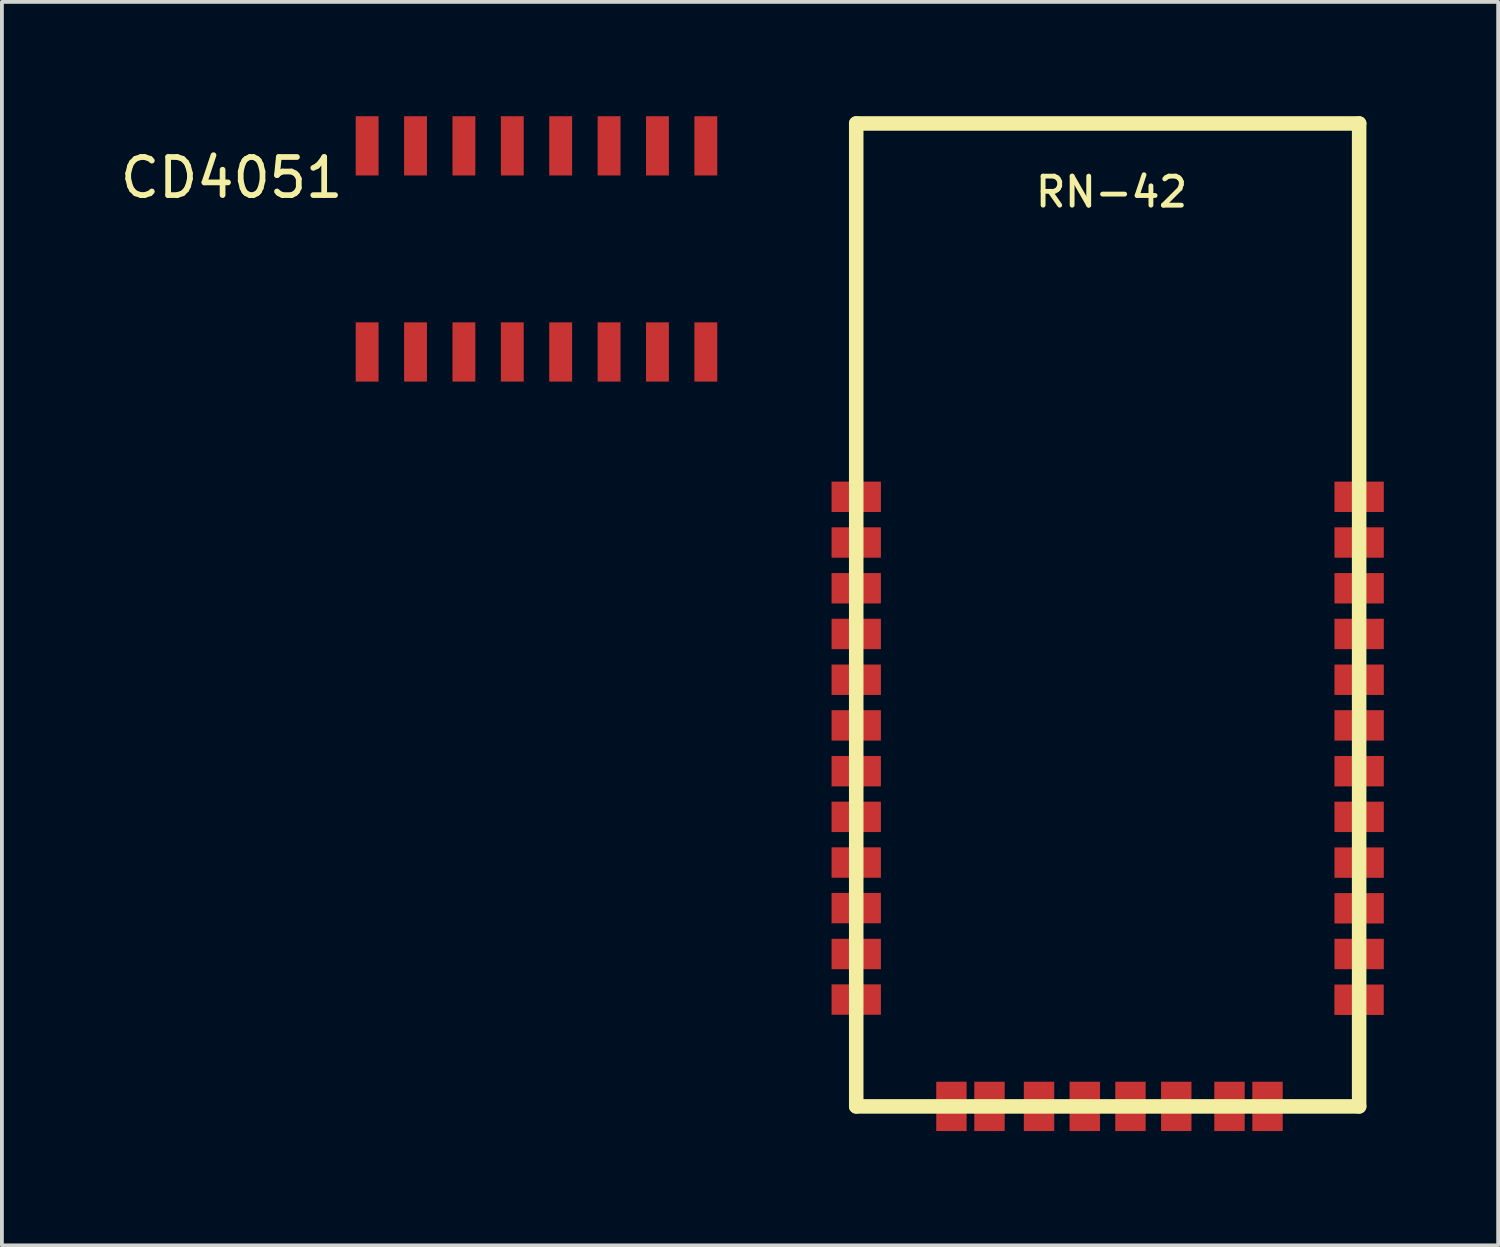
<source format=kicad_pcb>
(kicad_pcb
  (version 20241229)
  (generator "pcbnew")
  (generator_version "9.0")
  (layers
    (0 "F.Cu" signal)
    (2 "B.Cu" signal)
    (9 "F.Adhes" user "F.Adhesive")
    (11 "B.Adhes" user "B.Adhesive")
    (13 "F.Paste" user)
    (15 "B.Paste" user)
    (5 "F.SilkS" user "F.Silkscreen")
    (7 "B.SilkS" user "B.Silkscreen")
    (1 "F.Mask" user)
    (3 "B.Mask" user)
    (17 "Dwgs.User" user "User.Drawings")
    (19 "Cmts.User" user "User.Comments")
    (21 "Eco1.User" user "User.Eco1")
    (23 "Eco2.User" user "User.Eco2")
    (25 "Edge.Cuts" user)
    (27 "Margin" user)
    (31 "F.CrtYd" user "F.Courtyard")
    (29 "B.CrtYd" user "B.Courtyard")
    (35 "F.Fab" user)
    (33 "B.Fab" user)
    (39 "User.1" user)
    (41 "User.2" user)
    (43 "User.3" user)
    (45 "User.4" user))
  (footprint "CD4051"
    (layer "F.Cu")
    (at 6.586 6.188)
    (property "Reference" "CD4051" (at -3.556 -4.572 0) (layer "F.SilkS") (effects (font (size 1 1) (thickness 0.15))))
    (attr through_hole)
    (pad "1" smd rect (at 0 0) (size 0.6 1.555) (layers "F.Cu" "F.Mask" "F.Paste"))
    (pad "2" smd rect (at 1.27 0) (size 0.6 1.555) (layers "F.Cu" "F.Mask" "F.Paste"))
    (pad "3" smd rect (at 2.54 0) (size 0.6 1.555) (layers "F.Cu" "F.Mask" "F.Paste"))
    (pad "4" smd rect (at 3.81 0) (size 0.6 1.555) (layers "F.Cu" "F.Mask" "F.Paste"))
    (pad "5" smd rect (at 5.08 0) (size 0.6 1.555) (layers "F.Cu" "F.Mask" "F.Paste"))
    (pad "6" smd rect (at 6.35 0) (size 0.6 1.555) (layers "F.Cu" "F.Mask" "F.Paste"))
    (pad "7" smd rect (at 7.62 0) (size 0.6 1.555) (layers "F.Cu" "F.Mask" "F.Paste"))
    (pad "8" smd rect (at 8.89 0) (size 0.6 1.555) (layers "F.Cu" "F.Mask" "F.Paste"))
    (pad "9" smd rect (at 8.89 -5.41) (size 0.6 1.555) (layers "F.Cu" "F.Mask" "F.Paste"))
    (pad "10" smd rect (at 7.62 -5.41) (size 0.6 1.555) (layers "F.Cu" "F.Mask" "F.Paste"))
    (pad "11" smd rect (at 6.35 -5.41) (size 0.6 1.555) (layers "F.Cu" "F.Mask" "F.Paste"))
    (pad "12" smd rect (at 5.08 -5.41) (size 0.6 1.555) (layers "F.Cu" "F.Mask" "F.Paste"))
    (pad "13" smd rect (at 3.81 -5.41) (size 0.6 1.555) (layers "F.Cu" "F.Mask" "F.Paste"))
    (pad "14" smd rect (at 2.54 -5.41) (size 0.6 1.555) (layers "F.Cu" "F.Mask" "F.Paste"))
    (pad "15" smd rect (at 1.27 -5.41) (size 0.6 1.555) (layers "F.Cu" "F.Mask" "F.Paste"))
    (pad "16" smd rect (at 0 -5.41) (size 0.6 1.555) (layers "F.Cu" "F.Mask" "F.Paste")))
  (footprint "RN-42"
    (layer "F.Cu")
    (at 19.423 9.99)
    (property "Reference" "RN-42" (at 6.701 -8.001 0) (layer "F.SilkS") (effects (font (size 0.762 0.762) (thickness 0.127))))
    (attr through_hole)
    (fp_line (start 0 -9.799) (end 13.2 -9.799) (stroke (width 0.381) (type solid)) (layer "F.SilkS"))
    (fp_line (start 0 15.999) (end 0 -9.799) (stroke (width 0.381) (type solid)) (layer "F.SilkS"))
    (fp_line (start 13.2 -9.799) (end 13.2 15.999) (stroke (width 0.381) (type solid)) (layer "F.SilkS"))
    (fp_line (start 13.2 15.999) (end 0 15.999) (stroke (width 0.381) (type solid)) (layer "F.SilkS"))
    (pad "1" smd rect (at 0 0) (size 1.295 0.798) (layers "F.Cu" "F.Mask" "F.Paste"))
    (pad "2" smd rect (at 0 1.199) (size 1.295 0.798) (layers "F.Cu" "F.Mask" "F.Paste"))
    (pad "3" smd rect (at 0 2.4) (size 1.295 0.798) (layers "F.Cu" "F.Mask" "F.Paste"))
    (pad "4" smd rect (at 0 3.599) (size 1.295 0.798) (layers "F.Cu" "F.Mask" "F.Paste"))
    (pad "5" smd rect (at 0 4.801) (size 1.295 0.798) (layers "F.Cu" "F.Mask" "F.Paste"))
    (pad "6" smd rect (at 0 5.999) (size 1.295 0.798) (layers "F.Cu" "F.Mask" "F.Paste"))
    (pad "7" smd rect (at 0 7.201) (size 1.295 0.798) (layers "F.Cu" "F.Mask" "F.Paste"))
    (pad "8" smd rect (at 0 8.4) (size 1.295 0.798) (layers "F.Cu" "F.Mask" "F.Paste"))
    (pad "9" smd rect (at 0 9.599) (size 1.295 0.798) (layers "F.Cu" "F.Mask" "F.Paste"))
    (pad "10" smd rect (at 0 10.795) (size 1.295 0.798) (layers "F.Cu" "F.Mask" "F.Paste"))
    (pad "11" smd rect (at 0 11.999) (size 1.295 0.798) (layers "F.Cu" "F.Mask" "F.Paste"))
    (pad "12" smd rect (at 0 13.195) (size 1.295 0.798) (layers "F.Cu" "F.Mask" "F.Paste"))
    (pad "13" smd rect (at 13.198 13.2) (size 1.295 0.798) (layers "F.Cu" "F.Mask" "F.Paste"))
    (pad "14" smd rect (at 13.2 11.999) (size 1.295 0.798) (layers "F.Cu" "F.Mask" "F.Paste"))
    (pad "15" smd rect (at 13.2 10.8) (size 1.295 0.798) (layers "F.Cu" "F.Mask" "F.Paste"))
    (pad "16" smd rect (at 13.2 9.601) (size 1.295 0.798) (layers "F.Cu" "F.Mask" "F.Paste"))
    (pad "17" smd rect (at 13.2 8.4) (size 1.295 0.798) (layers "F.Cu" "F.Mask" "F.Paste"))
    (pad "18" smd rect (at 13.2 7.201) (size 1.295 0.798) (layers "F.Cu" "F.Mask" "F.Paste"))
    (pad "19" smd rect (at 13.2 5.999) (size 1.295 0.798) (layers "F.Cu" "F.Mask" "F.Paste"))
    (pad "20" smd rect (at 13.2 4.801) (size 1.295 0.798) (layers "F.Cu" "F.Mask" "F.Paste"))
    (pad "21" smd rect (at 13.2 3.599) (size 1.295 0.798) (layers "F.Cu" "F.Mask" "F.Paste"))
    (pad "22" smd rect (at 13.2 2.4) (size 1.295 0.798) (layers "F.Cu" "F.Mask" "F.Paste"))
    (pad "23" smd rect (at 13.2 1.199) (size 1.295 0.798) (layers "F.Cu" "F.Mask" "F.Paste"))
    (pad "24" smd rect (at 13.2 0) (size 1.295 0.798) (layers "F.Cu" "F.Mask" "F.Paste"))
    (pad "28" smd rect (at 9.797 15.999) (size 0.798 1.295) (layers "F.Cu" "F.Mask" "F.Paste"))
    (pad "29" smd rect (at 3.498 15.999) (size 0.798 1.295) (layers "F.Cu" "F.Mask" "F.Paste"))
    (pad "30" smd rect (at 10.795 15.999) (size 0.798 1.295) (layers "F.Cu" "F.Mask" "F.Paste"))
    (pad "31" smd rect (at 8.4 15.999) (size 0.798 1.295) (layers "F.Cu" "F.Mask" "F.Paste"))
    (pad "32" smd rect (at 7.198 15.999) (size 0.798 1.295) (layers "F.Cu" "F.Mask" "F.Paste"))
    (pad "33" smd rect (at 5.999 15.999) (size 0.798 1.295) (layers "F.Cu" "F.Mask" "F.Paste"))
    (pad "34" smd rect (at 4.798 15.999) (size 0.798 1.295) (layers "F.Cu" "F.Mask" "F.Paste"))
    (pad "35" smd rect (at 2.499 15.999) (size 0.798 1.295) (layers "F.Cu" "F.Mask" "F.Paste")))
  (gr_rect
    (start -3 -3)
    (end 36.272 29.637)
    (stroke (width 0.1) (type default))
    (fill no)
    (layer "Edge.Cuts")))
</source>
